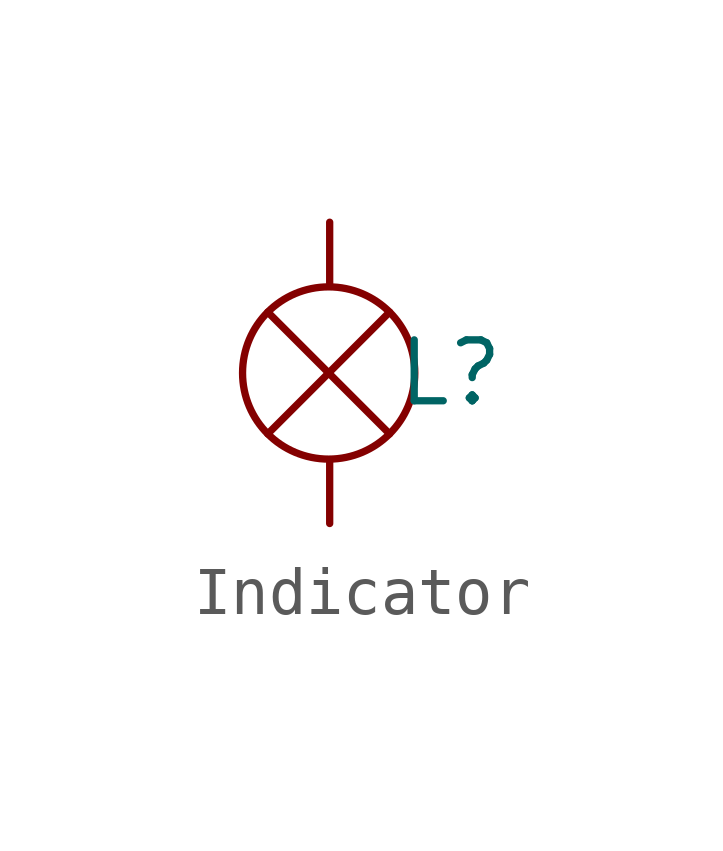
<source format=kicad_sym>
(kicad_symbol_lib
  (version 20241209)
  (generator "kicad_symbol_editor")
  (generator_version "9.0")
  (symbol "Indicator"
    (property "Reference" "L"
      (at 0 0 0)
      (effects (font (size 1.27 1.27))))
    (property "Value" ""
      (at 0 0 0)
      (effects (font (size 1.27 1.27))))
    (symbol "Indicator_0_1"
      (polyline (pts (xy -3.81 1.27) (xy -1.27 -1.27)) (stroke (width 0) (type default)) (fill (type none)))
      (polyline (pts (xy -3.81 -1.27) (xy -1.27 1.27)) (stroke (width 0) (type default)) (fill (type none)))
      (circle (center -2.54 0) (radius 1.796) (stroke (width 0) (type default)) (fill (type none)))
      (polyline (pts (xy -2.519 3.144) (xy -2.519 1.874)) (stroke (width 0) (type default)) (fill (type none)))
      (polyline (pts (xy -2.519 -1.869) (xy -2.519 -3.139)) (stroke (width 0) (type default)) (fill (type none))))))
</source>
